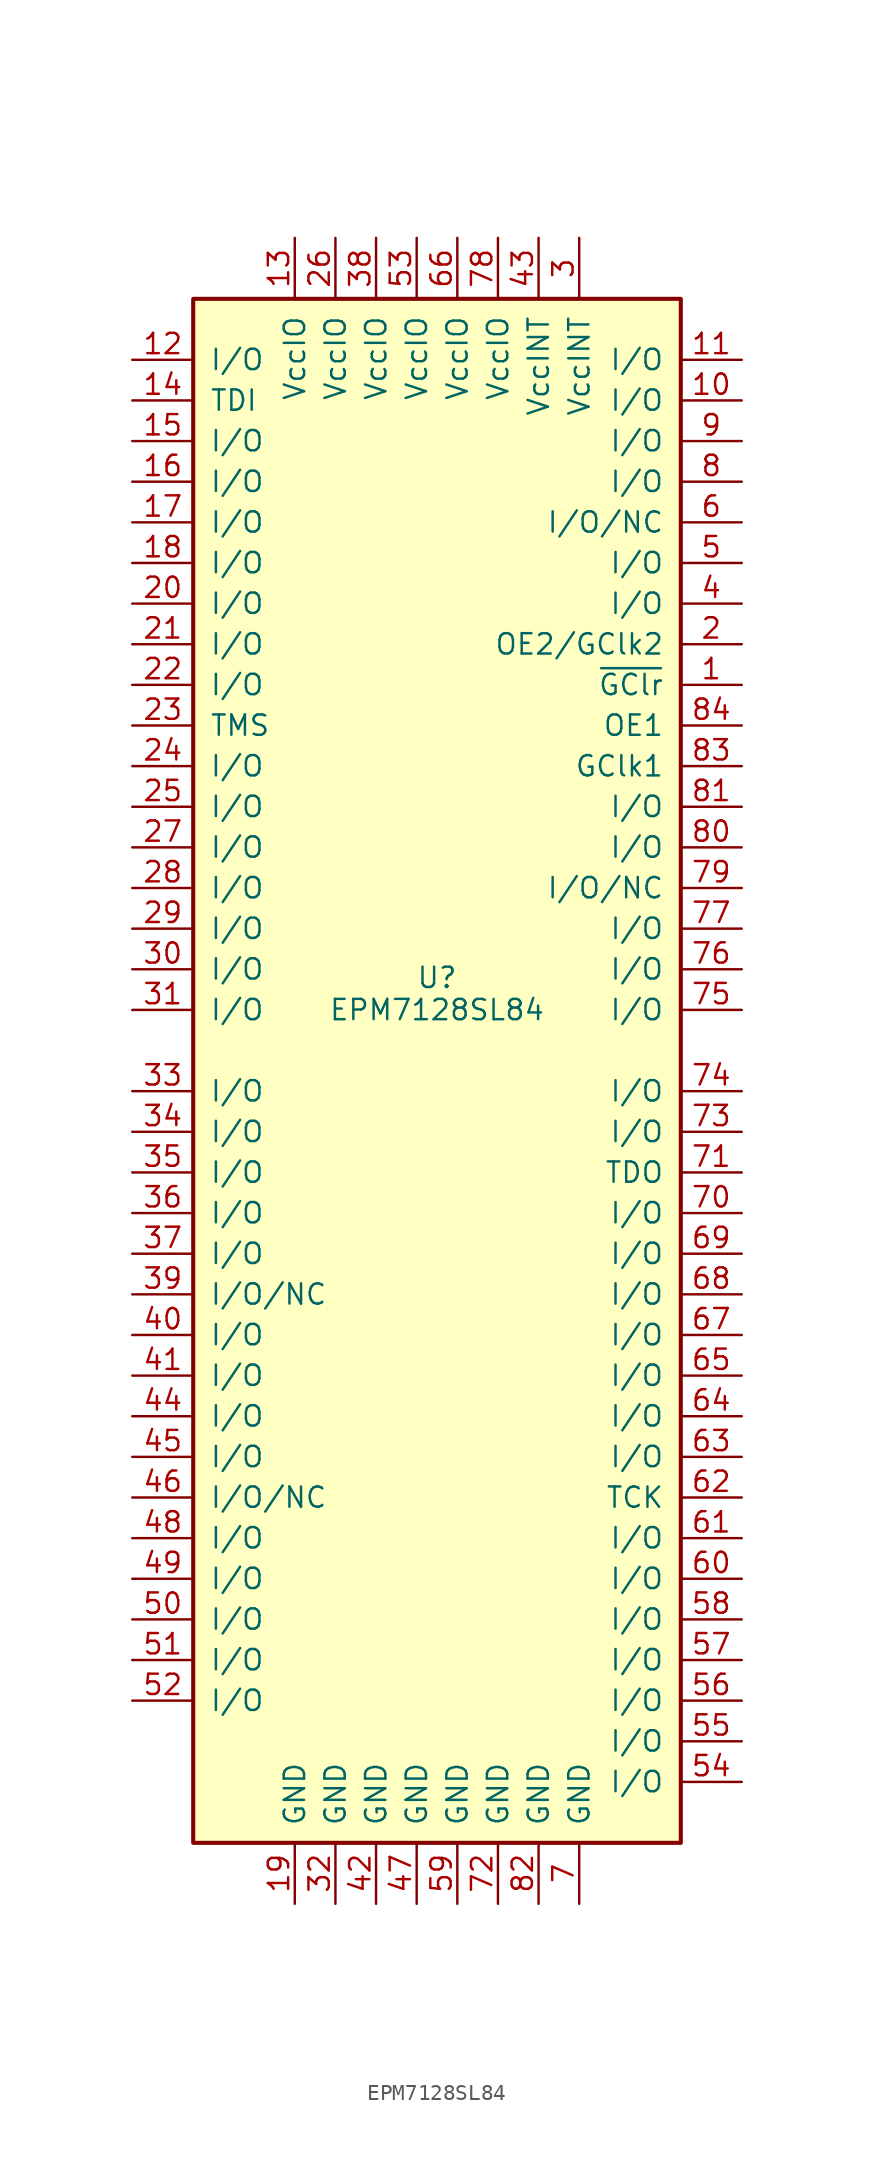
<source format=kicad_sym>
(kicad_symbol_lib
  (version 20220914)
  (generator kicad_symbol_editor)
  (symbol "EPM7128SL84"
    (pin_names
      (offset 1.016))
    (property "Reference" "U"
      (at 0 3.81 0)
      (effects (font (size 1.27 1.27)) (justify bottom)))
    (property "Value" "EPM7128SL84"
      (at 0 2.54 0)
      (effects (font (size 1.27 1.27))))
    (symbol "EPM7128SL84_0_1"
      (rectangle (start -15.24 -49.53) (end 15.24 46.99) (stroke (width 0.254) (type default)) (fill (type background))))
    (symbol "EPM7128SL84_1_1"
      (pin input line (at 19.05 22.86 180) (length 3.81) (name "~{GClr}" (effects (font (size 1.27 1.27)))) (number "1" (effects (font (size 1.27 1.27)))))
      (pin bidirectional line (at 19.05 40.64 180) (length 3.81) (name "I/O" (effects (font (size 1.27 1.27)))) (number "10" (effects (font (size 1.27 1.27)))))
      (pin bidirectional line (at 19.05 43.18 180) (length 3.81) (name "I/O" (effects (font (size 1.27 1.27)))) (number "11" (effects (font (size 1.27 1.27)))))
      (pin bidirectional line (at -19.05 43.18 0) (length 3.81) (name "I/O" (effects (font (size 1.27 1.27)))) (number "12" (effects (font (size 1.27 1.27)))))
      (pin power_in line (at -8.89 50.8 270) (length 3.81) (name "VccIO" (effects (font (size 1.27 1.27)))) (number "13" (effects (font (size 1.27 1.27)))))
      (pin bidirectional line (at -19.05 40.64 0) (length 3.81) (name "TDI" (effects (font (size 1.27 1.27)))) (number "14" (effects (font (size 1.27 1.27)))))
      (pin bidirectional line (at -19.05 38.1 0) (length 3.81) (name "I/O" (effects (font (size 1.27 1.27)))) (number "15" (effects (font (size 1.27 1.27)))))
      (pin bidirectional line (at -19.05 35.56 0) (length 3.81) (name "I/O" (effects (font (size 1.27 1.27)))) (number "16" (effects (font (size 1.27 1.27)))))
      (pin bidirectional line (at -19.05 33.02 0) (length 3.81) (name "I/O" (effects (font (size 1.27 1.27)))) (number "17" (effects (font (size 1.27 1.27)))))
      (pin bidirectional line (at -19.05 30.48 0) (length 3.81) (name "I/O" (effects (font (size 1.27 1.27)))) (number "18" (effects (font (size 1.27 1.27)))))
      (pin power_in line (at -8.89 -53.34 90) (length 3.81) (name "GND" (effects (font (size 1.27 1.27)))) (number "19" (effects (font (size 1.27 1.27)))))
      (pin input line (at 19.05 25.4 180) (length 3.81) (name "OE2/GClk2" (effects (font (size 1.27 1.27)))) (number "2" (effects (font (size 1.27 1.27)))))
      (pin bidirectional line (at -19.05 27.94 0) (length 3.81) (name "I/O" (effects (font (size 1.27 1.27)))) (number "20" (effects (font (size 1.27 1.27)))))
      (pin bidirectional line (at -19.05 25.4 0) (length 3.81) (name "I/O" (effects (font (size 1.27 1.27)))) (number "21" (effects (font (size 1.27 1.27)))))
      (pin bidirectional line (at -19.05 22.86 0) (length 3.81) (name "I/O" (effects (font (size 1.27 1.27)))) (number "22" (effects (font (size 1.27 1.27)))))
      (pin bidirectional line (at -19.05 20.32 0) (length 3.81) (name "TMS" (effects (font (size 1.27 1.27)))) (number "23" (effects (font (size 1.27 1.27)))))
      (pin bidirectional line (at -19.05 17.78 0) (length 3.81) (name "I/O" (effects (font (size 1.27 1.27)))) (number "24" (effects (font (size 1.27 1.27)))))
      (pin bidirectional line (at -19.05 15.24 0) (length 3.81) (name "I/O" (effects (font (size 1.27 1.27)))) (number "25" (effects (font (size 1.27 1.27)))))
      (pin power_in line (at -6.35 50.8 270) (length 3.81) (name "VccIO" (effects (font (size 1.27 1.27)))) (number "26" (effects (font (size 1.27 1.27)))))
      (pin power_in line (at -19.05 12.7 0) (length 3.81) (name "I/O" (effects (font (size 1.27 1.27)))) (number "27" (effects (font (size 1.27 1.27)))))
      (pin bidirectional line (at -19.05 10.16 0) (length 3.81) (name "I/O" (effects (font (size 1.27 1.27)))) (number "28" (effects (font (size 1.27 1.27)))))
      (pin bidirectional line (at -19.05 7.62 0) (length 3.81) (name "I/O" (effects (font (size 1.27 1.27)))) (number "29" (effects (font (size 1.27 1.27)))))
      (pin power_in line (at 8.89 50.8 270) (length 3.81) (name "VccINT" (effects (font (size 1.27 1.27)))) (number "3" (effects (font (size 1.27 1.27)))))
      (pin bidirectional line (at -19.05 5.08 0) (length 3.81) (name "I/O" (effects (font (size 1.27 1.27)))) (number "30" (effects (font (size 1.27 1.27)))))
      (pin bidirectional line (at -19.05 2.54 0) (length 3.81) (name "I/O" (effects (font (size 1.27 1.27)))) (number "31" (effects (font (size 1.27 1.27)))))
      (pin power_in line (at -6.35 -53.34 90) (length 3.81) (name "GND" (effects (font (size 1.27 1.27)))) (number "32" (effects (font (size 1.27 1.27)))))
      (pin bidirectional line (at -19.05 -2.54 0) (length 3.81) (name "I/O" (effects (font (size 1.27 1.27)))) (number "33" (effects (font (size 1.27 1.27)))))
      (pin bidirectional line (at -19.05 -5.08 0) (length 3.81) (name "I/O" (effects (font (size 1.27 1.27)))) (number "34" (effects (font (size 1.27 1.27)))))
      (pin bidirectional line (at -19.05 -7.62 0) (length 3.81) (name "I/O" (effects (font (size 1.27 1.27)))) (number "35" (effects (font (size 1.27 1.27)))))
      (pin bidirectional line (at -19.05 -10.16 0) (length 3.81) (name "I/O" (effects (font (size 1.27 1.27)))) (number "36" (effects (font (size 1.27 1.27)))))
      (pin bidirectional line (at -19.05 -12.7 0) (length 3.81) (name "I/O" (effects (font (size 1.27 1.27)))) (number "37" (effects (font (size 1.27 1.27)))))
      (pin power_in line (at -3.81 50.8 270) (length 3.81) (name "VccIO" (effects (font (size 1.27 1.27)))) (number "38" (effects (font (size 1.27 1.27)))))
      (pin bidirectional line (at -19.05 -15.24 0) (length 3.81) (name "I/O/NC" (effects (font (size 1.27 1.27)))) (number "39" (effects (font (size 1.27 1.27)))))
      (pin bidirectional line (at 19.05 27.94 180) (length 3.81) (name "I/O" (effects (font (size 1.27 1.27)))) (number "4" (effects (font (size 1.27 1.27)))))
      (pin bidirectional line (at -19.05 -17.78 0) (length 3.81) (name "I/O" (effects (font (size 1.27 1.27)))) (number "40" (effects (font (size 1.27 1.27)))))
      (pin bidirectional line (at -19.05 -20.32 0) (length 3.81) (name "I/O" (effects (font (size 1.27 1.27)))) (number "41" (effects (font (size 1.27 1.27)))))
      (pin power_in line (at -3.81 -53.34 90) (length 3.81) (name "GND" (effects (font (size 1.27 1.27)))) (number "42" (effects (font (size 1.27 1.27)))))
      (pin power_in line (at 6.35 50.8 270) (length 3.81) (name "VccINT" (effects (font (size 1.27 1.27)))) (number "43" (effects (font (size 1.27 1.27)))))
      (pin bidirectional line (at -19.05 -22.86 0) (length 3.81) (name "I/O" (effects (font (size 1.27 1.27)))) (number "44" (effects (font (size 1.27 1.27)))))
      (pin bidirectional line (at -19.05 -25.4 0) (length 3.81) (name "I/O" (effects (font (size 1.27 1.27)))) (number "45" (effects (font (size 1.27 1.27)))))
      (pin bidirectional line (at -19.05 -27.94 0) (length 3.81) (name "I/O/NC" (effects (font (size 1.27 1.27)))) (number "46" (effects (font (size 1.27 1.27)))))
      (pin power_in line (at -1.27 -53.34 90) (length 3.81) (name "GND" (effects (font (size 1.27 1.27)))) (number "47" (effects (font (size 1.27 1.27)))))
      (pin bidirectional line (at -19.05 -30.48 0) (length 3.81) (name "I/O" (effects (font (size 1.27 1.27)))) (number "48" (effects (font (size 1.27 1.27)))))
      (pin bidirectional line (at -19.05 -33.02 0) (length 3.81) (name "I/O" (effects (font (size 1.27 1.27)))) (number "49" (effects (font (size 1.27 1.27)))))
      (pin bidirectional line (at 19.05 30.48 180) (length 3.81) (name "I/O" (effects (font (size 1.27 1.27)))) (number "5" (effects (font (size 1.27 1.27)))))
      (pin bidirectional line (at -19.05 -35.56 0) (length 3.81) (name "I/O" (effects (font (size 1.27 1.27)))) (number "50" (effects (font (size 1.27 1.27)))))
      (pin bidirectional line (at -19.05 -38.1 0) (length 3.81) (name "I/O" (effects (font (size 1.27 1.27)))) (number "51" (effects (font (size 1.27 1.27)))))
      (pin bidirectional line (at -19.05 -40.64 0) (length 3.81) (name "I/O" (effects (font (size 1.27 1.27)))) (number "52" (effects (font (size 1.27 1.27)))))
      (pin power_in line (at -1.27 50.8 270) (length 3.81) (name "VccIO" (effects (font (size 1.27 1.27)))) (number "53" (effects (font (size 1.27 1.27)))))
      (pin bidirectional line (at 19.05 -45.72 180) (length 3.81) (name "I/O" (effects (font (size 1.27 1.27)))) (number "54" (effects (font (size 1.27 1.27)))))
      (pin bidirectional line (at 19.05 -43.18 180) (length 3.81) (name "I/O" (effects (font (size 1.27 1.27)))) (number "55" (effects (font (size 1.27 1.27)))))
      (pin bidirectional line (at 19.05 -40.64 180) (length 3.81) (name "I/O" (effects (font (size 1.27 1.27)))) (number "56" (effects (font (size 1.27 1.27)))))
      (pin bidirectional line (at 19.05 -38.1 180) (length 3.81) (name "I/O" (effects (font (size 1.27 1.27)))) (number "57" (effects (font (size 1.27 1.27)))))
      (pin bidirectional line (at 19.05 -35.56 180) (length 3.81) (name "I/O" (effects (font (size 1.27 1.27)))) (number "58" (effects (font (size 1.27 1.27)))))
      (pin power_in line (at 1.27 -53.34 90) (length 3.81) (name "GND" (effects (font (size 1.27 1.27)))) (number "59" (effects (font (size 1.27 1.27)))))
      (pin bidirectional line (at 19.05 33.02 180) (length 3.81) (name "I/O/NC" (effects (font (size 1.27 1.27)))) (number "6" (effects (font (size 1.27 1.27)))))
      (pin bidirectional line (at 19.05 -33.02 180) (length 3.81) (name "I/O" (effects (font (size 1.27 1.27)))) (number "60" (effects (font (size 1.27 1.27)))))
      (pin bidirectional line (at 19.05 -30.48 180) (length 3.81) (name "I/O" (effects (font (size 1.27 1.27)))) (number "61" (effects (font (size 1.27 1.27)))))
      (pin bidirectional line (at 19.05 -27.94 180) (length 3.81) (name "TCK" (effects (font (size 1.27 1.27)))) (number "62" (effects (font (size 1.27 1.27)))))
      (pin bidirectional line (at 19.05 -25.4 180) (length 3.81) (name "I/O" (effects (font (size 1.27 1.27)))) (number "63" (effects (font (size 1.27 1.27)))))
      (pin bidirectional line (at 19.05 -22.86 180) (length 3.81) (name "I/O" (effects (font (size 1.27 1.27)))) (number "64" (effects (font (size 1.27 1.27)))))
      (pin bidirectional line (at 19.05 -20.32 180) (length 3.81) (name "I/O" (effects (font (size 1.27 1.27)))) (number "65" (effects (font (size 1.27 1.27)))))
      (pin power_in line (at 1.27 50.8 270) (length 3.81) (name "VccIO" (effects (font (size 1.27 1.27)))) (number "66" (effects (font (size 1.27 1.27)))))
      (pin bidirectional line (at 19.05 -17.78 180) (length 3.81) (name "I/O" (effects (font (size 1.27 1.27)))) (number "67" (effects (font (size 1.27 1.27)))))
      (pin bidirectional line (at 19.05 -15.24 180) (length 3.81) (name "I/O" (effects (font (size 1.27 1.27)))) (number "68" (effects (font (size 1.27 1.27)))))
      (pin bidirectional line (at 19.05 -12.7 180) (length 3.81) (name "I/O" (effects (font (size 1.27 1.27)))) (number "69" (effects (font (size 1.27 1.27)))))
      (pin power_in line (at 8.89 -53.34 90) (length 3.81) (name "GND" (effects (font (size 1.27 1.27)))) (number "7" (effects (font (size 1.27 1.27)))))
      (pin bidirectional line (at 19.05 -10.16 180) (length 3.81) (name "I/O" (effects (font (size 1.27 1.27)))) (number "70" (effects (font (size 1.27 1.27)))))
      (pin bidirectional line (at 19.05 -7.62 180) (length 3.81) (name "TDO" (effects (font (size 1.27 1.27)))) (number "71" (effects (font (size 1.27 1.27)))))
      (pin power_in line (at 3.81 -53.34 90) (length 3.81) (name "GND" (effects (font (size 1.27 1.27)))) (number "72" (effects (font (size 1.27 1.27)))))
      (pin bidirectional line (at 19.05 -5.08 180) (length 3.81) (name "I/O" (effects (font (size 1.27 1.27)))) (number "73" (effects (font (size 1.27 1.27)))))
      (pin bidirectional line (at 19.05 -2.54 180) (length 3.81) (name "I/O" (effects (font (size 1.27 1.27)))) (number "74" (effects (font (size 1.27 1.27)))))
      (pin bidirectional line (at 19.05 2.54 180) (length 3.81) (name "I/O" (effects (font (size 1.27 1.27)))) (number "75" (effects (font (size 1.27 1.27)))))
      (pin bidirectional line (at 19.05 5.08 180) (length 3.81) (name "I/O" (effects (font (size 1.27 1.27)))) (number "76" (effects (font (size 1.27 1.27)))))
      (pin bidirectional line (at 19.05 7.62 180) (length 3.81) (name "I/O" (effects (font (size 1.27 1.27)))) (number "77" (effects (font (size 1.27 1.27)))))
      (pin power_in line (at 3.81 50.8 270) (length 3.81) (name "VccIO" (effects (font (size 1.27 1.27)))) (number "78" (effects (font (size 1.27 1.27)))))
      (pin bidirectional line (at 19.05 10.16 180) (length 3.81) (name "I/O/NC" (effects (font (size 1.27 1.27)))) (number "79" (effects (font (size 1.27 1.27)))))
      (pin bidirectional line (at 19.05 35.56 180) (length 3.81) (name "I/O" (effects (font (size 1.27 1.27)))) (number "8" (effects (font (size 1.27 1.27)))))
      (pin bidirectional line (at 19.05 12.7 180) (length 3.81) (name "I/O" (effects (font (size 1.27 1.27)))) (number "80" (effects (font (size 1.27 1.27)))))
      (pin bidirectional line (at 19.05 15.24 180) (length 3.81) (name "I/O" (effects (font (size 1.27 1.27)))) (number "81" (effects (font (size 1.27 1.27)))))
      (pin power_in line (at 6.35 -53.34 90) (length 3.81) (name "GND" (effects (font (size 1.27 1.27)))) (number "82" (effects (font (size 1.27 1.27)))))
      (pin input line (at 19.05 17.78 180) (length 3.81) (name "GClk1" (effects (font (size 1.27 1.27)))) (number "83" (effects (font (size 1.27 1.27)))))
      (pin input line (at 19.05 20.32 180) (length 3.81) (name "OE1" (effects (font (size 1.27 1.27)))) (number "84" (effects (font (size 1.27 1.27)))))
      (pin bidirectional line (at 19.05 38.1 180) (length 3.81) (name "I/O" (effects (font (size 1.27 1.27)))) (number "9" (effects (font (size 1.27 1.27))))))))
</source>
